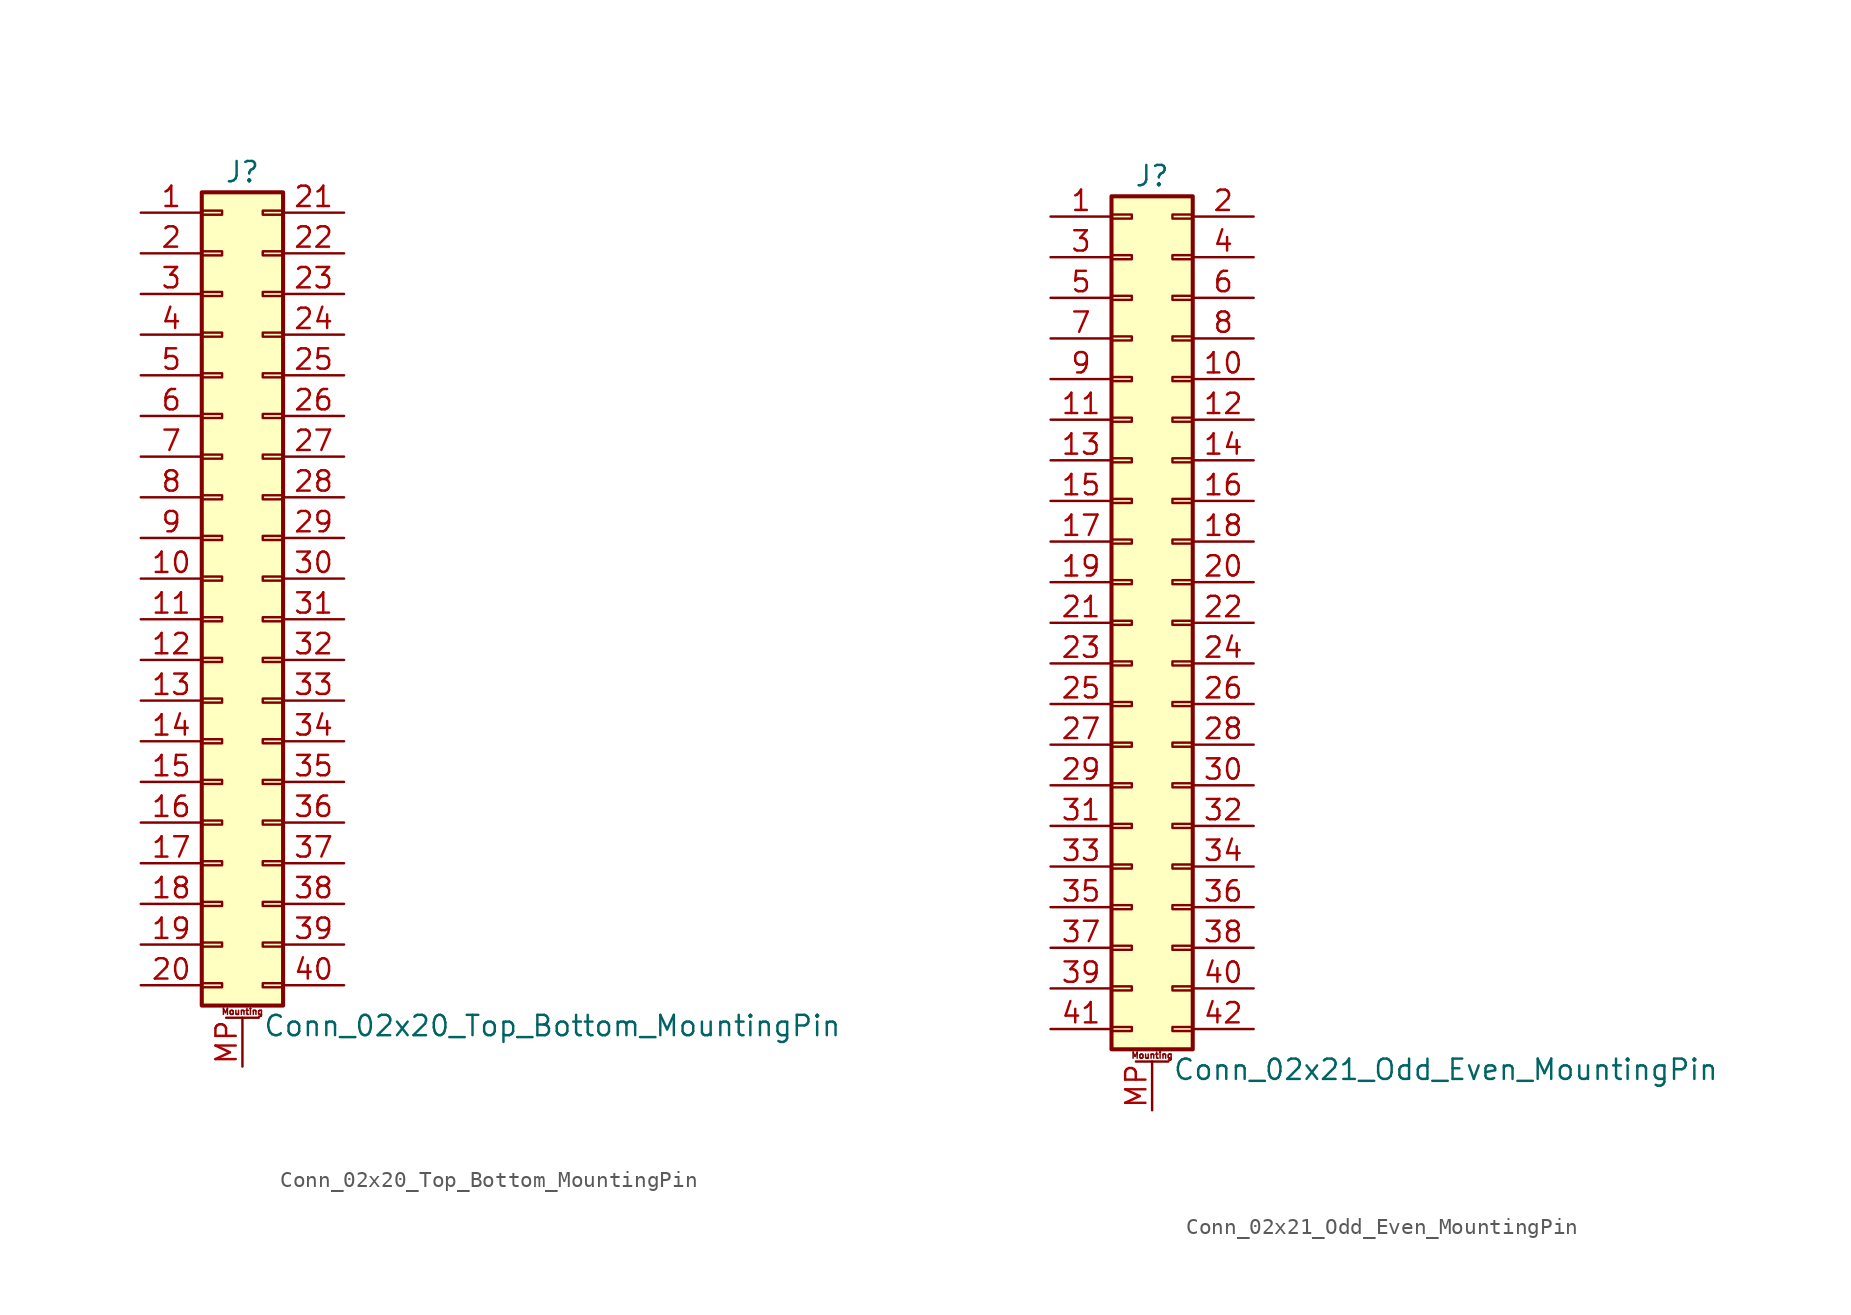
<source format=kicad_sym>
(kicad_symbol_lib
  (version 20201005)
  (generator kicad_symbol_editor)
  (symbol "Connector_Generic_MountingPin:Conn_02x20_Top_Bottom_MountingPin"
    (pin_names
      (offset 1.016) hide)
    (property "Reference" "J"
      (at 1.27 25.4 0)
      (effects (font (size 1.27 1.27))))
    (property "Value" "Conn_02x20_Top_Bottom_MountingPin"
      (at 2.54 -27.94 0)
      (effects (font (size 1.27 1.27)) (justify left)))
    (symbol "Conn_02x20_Top_Bottom_MountingPin_1_1"
      (text "Mounting" (at 1.27 -27.051 0) (effects (font (size 0.381 0.381))))
      (rectangle (start -1.27 -4.953) (end 0 -5.207) (stroke (width 0.152)) (fill (type none)))
      (rectangle (start -1.27 -7.493) (end 0 -7.747) (stroke (width 0.152)) (fill (type none)))
      (rectangle (start -1.27 -10.033) (end 0 -10.287) (stroke (width 0.152)) (fill (type none)))
      (rectangle (start -1.27 -12.573) (end 0 -12.827) (stroke (width 0.152)) (fill (type none)))
      (rectangle (start -1.27 -15.113) (end 0 -15.367) (stroke (width 0.152)) (fill (type none)))
      (rectangle (start -1.27 -17.653) (end 0 -17.907) (stroke (width 0.152)) (fill (type none)))
      (rectangle (start -1.27 -20.193) (end 0 -20.447) (stroke (width 0.152)) (fill (type none)))
      (rectangle (start -1.27 -22.733) (end 0 -22.987) (stroke (width 0.152)) (fill (type none)))
      (rectangle (start -1.27 -2.413) (end 0 -2.667) (stroke (width 0.152)) (fill (type none)))
      (rectangle (start -1.27 -25.273) (end 0 -25.527) (stroke (width 0.152)) (fill (type none)))
      (rectangle (start -1.27 2.667) (end 0 2.413) (stroke (width 0.152)) (fill (type none)))
      (rectangle (start -1.27 5.207) (end 0 4.953) (stroke (width 0.152)) (fill (type none)))
      (rectangle (start -1.27 7.747) (end 0 7.493) (stroke (width 0.152)) (fill (type none)))
      (rectangle (start -1.27 10.287) (end 0 10.033) (stroke (width 0.152)) (fill (type none)))
      (rectangle (start -1.27 0.127) (end 0 -0.127) (stroke (width 0.152)) (fill (type none)))
      (rectangle (start -1.27 12.827) (end 0 12.573) (stroke (width 0.152)) (fill (type none)))
      (rectangle (start -1.27 15.367) (end 0 15.113) (stroke (width 0.152)) (fill (type none)))
      (rectangle (start -1.27 17.907) (end 0 17.653) (stroke (width 0.152)) (fill (type none)))
      (rectangle (start -1.27 20.447) (end 0 20.193) (stroke (width 0.152)) (fill (type none)))
      (rectangle (start -1.27 22.987) (end 0 22.733) (stroke (width 0.152)) (fill (type none)))
      (rectangle (start -1.27 24.13) (end 3.81 -26.67) (stroke (width 0.254)) (fill (type background)))
      (rectangle (start 3.81 -4.953) (end 2.54 -5.207) (stroke (width 0.152)) (fill (type none)))
      (rectangle (start 3.81 -7.493) (end 2.54 -7.747) (stroke (width 0.152)) (fill (type none)))
      (rectangle (start 3.81 -10.033) (end 2.54 -10.287) (stroke (width 0.152)) (fill (type none)))
      (rectangle (start 3.81 -12.573) (end 2.54 -12.827) (stroke (width 0.152)) (fill (type none)))
      (rectangle (start 3.81 -15.113) (end 2.54 -15.367) (stroke (width 0.152)) (fill (type none)))
      (rectangle (start 3.81 -17.653) (end 2.54 -17.907) (stroke (width 0.152)) (fill (type none)))
      (rectangle (start 3.81 -20.193) (end 2.54 -20.447) (stroke (width 0.152)) (fill (type none)))
      (rectangle (start 3.81 -22.733) (end 2.54 -22.987) (stroke (width 0.152)) (fill (type none)))
      (rectangle (start 3.81 -2.413) (end 2.54 -2.667) (stroke (width 0.152)) (fill (type none)))
      (rectangle (start 3.81 -25.273) (end 2.54 -25.527) (stroke (width 0.152)) (fill (type none)))
      (rectangle (start 3.81 2.667) (end 2.54 2.413) (stroke (width 0.152)) (fill (type none)))
      (rectangle (start 3.81 5.207) (end 2.54 4.953) (stroke (width 0.152)) (fill (type none)))
      (rectangle (start 3.81 7.747) (end 2.54 7.493) (stroke (width 0.152)) (fill (type none)))
      (rectangle (start 3.81 10.287) (end 2.54 10.033) (stroke (width 0.152)) (fill (type none)))
      (rectangle (start 3.81 0.127) (end 2.54 -0.127) (stroke (width 0.152)) (fill (type none)))
      (rectangle (start 3.81 12.827) (end 2.54 12.573) (stroke (width 0.152)) (fill (type none)))
      (rectangle (start 3.81 15.367) (end 2.54 15.113) (stroke (width 0.152)) (fill (type none)))
      (rectangle (start 3.81 17.907) (end 2.54 17.653) (stroke (width 0.152)) (fill (type none)))
      (rectangle (start 3.81 20.447) (end 2.54 20.193) (stroke (width 0.152)) (fill (type none)))
      (rectangle (start 3.81 22.987) (end 2.54 22.733) (stroke (width 0.152)) (fill (type none)))
      (polyline (pts (xy 0.254 -27.432) (xy 2.286 -27.432)) (stroke (width 0.152)) (fill (type none)))
      (pin passive line (at 1.27 -30.48 90) (length 3.048) (name "MountPin" (effects (font (size 1.27 1.27)))) (number "MP" (effects (font (size 1.27 1.27)))))
      (pin passive line (at -5.08 22.86 0) (length 3.81) (name "Pin_1" (effects (font (size 1.27 1.27)))) (number "1" (effects (font (size 1.27 1.27)))))
      (pin passive line (at -5.08 0 0) (length 3.81) (name "Pin_10" (effects (font (size 1.27 1.27)))) (number "10" (effects (font (size 1.27 1.27)))))
      (pin passive line (at -5.08 -2.54 0) (length 3.81) (name "Pin_11" (effects (font (size 1.27 1.27)))) (number "11" (effects (font (size 1.27 1.27)))))
      (pin passive line (at -5.08 -5.08 0) (length 3.81) (name "Pin_12" (effects (font (size 1.27 1.27)))) (number "12" (effects (font (size 1.27 1.27)))))
      (pin passive line (at -5.08 -7.62 0) (length 3.81) (name "Pin_13" (effects (font (size 1.27 1.27)))) (number "13" (effects (font (size 1.27 1.27)))))
      (pin passive line (at -5.08 -10.16 0) (length 3.81) (name "Pin_14" (effects (font (size 1.27 1.27)))) (number "14" (effects (font (size 1.27 1.27)))))
      (pin passive line (at -5.08 -12.7 0) (length 3.81) (name "Pin_15" (effects (font (size 1.27 1.27)))) (number "15" (effects (font (size 1.27 1.27)))))
      (pin passive line (at -5.08 -15.24 0) (length 3.81) (name "Pin_16" (effects (font (size 1.27 1.27)))) (number "16" (effects (font (size 1.27 1.27)))))
      (pin passive line (at -5.08 -17.78 0) (length 3.81) (name "Pin_17" (effects (font (size 1.27 1.27)))) (number "17" (effects (font (size 1.27 1.27)))))
      (pin passive line (at -5.08 -20.32 0) (length 3.81) (name "Pin_18" (effects (font (size 1.27 1.27)))) (number "18" (effects (font (size 1.27 1.27)))))
      (pin passive line (at -5.08 -22.86 0) (length 3.81) (name "Pin_19" (effects (font (size 1.27 1.27)))) (number "19" (effects (font (size 1.27 1.27)))))
      (pin passive line (at -5.08 20.32 0) (length 3.81) (name "Pin_2" (effects (font (size 1.27 1.27)))) (number "2" (effects (font (size 1.27 1.27)))))
      (pin passive line (at -5.08 -25.4 0) (length 3.81) (name "Pin_20" (effects (font (size 1.27 1.27)))) (number "20" (effects (font (size 1.27 1.27)))))
      (pin passive line (at 7.62 22.86 180) (length 3.81) (name "Pin_21" (effects (font (size 1.27 1.27)))) (number "21" (effects (font (size 1.27 1.27)))))
      (pin passive line (at 7.62 20.32 180) (length 3.81) (name "Pin_22" (effects (font (size 1.27 1.27)))) (number "22" (effects (font (size 1.27 1.27)))))
      (pin passive line (at 7.62 17.78 180) (length 3.81) (name "Pin_23" (effects (font (size 1.27 1.27)))) (number "23" (effects (font (size 1.27 1.27)))))
      (pin passive line (at 7.62 15.24 180) (length 3.81) (name "Pin_24" (effects (font (size 1.27 1.27)))) (number "24" (effects (font (size 1.27 1.27)))))
      (pin passive line (at 7.62 12.7 180) (length 3.81) (name "Pin_25" (effects (font (size 1.27 1.27)))) (number "25" (effects (font (size 1.27 1.27)))))
      (pin passive line (at 7.62 10.16 180) (length 3.81) (name "Pin_26" (effects (font (size 1.27 1.27)))) (number "26" (effects (font (size 1.27 1.27)))))
      (pin passive line (at 7.62 7.62 180) (length 3.81) (name "Pin_27" (effects (font (size 1.27 1.27)))) (number "27" (effects (font (size 1.27 1.27)))))
      (pin passive line (at 7.62 5.08 180) (length 3.81) (name "Pin_28" (effects (font (size 1.27 1.27)))) (number "28" (effects (font (size 1.27 1.27)))))
      (pin passive line (at 7.62 2.54 180) (length 3.81) (name "Pin_29" (effects (font (size 1.27 1.27)))) (number "29" (effects (font (size 1.27 1.27)))))
      (pin passive line (at -5.08 17.78 0) (length 3.81) (name "Pin_3" (effects (font (size 1.27 1.27)))) (number "3" (effects (font (size 1.27 1.27)))))
      (pin passive line (at 7.62 0 180) (length 3.81) (name "Pin_30" (effects (font (size 1.27 1.27)))) (number "30" (effects (font (size 1.27 1.27)))))
      (pin passive line (at 7.62 -2.54 180) (length 3.81) (name "Pin_31" (effects (font (size 1.27 1.27)))) (number "31" (effects (font (size 1.27 1.27)))))
      (pin passive line (at 7.62 -5.08 180) (length 3.81) (name "Pin_32" (effects (font (size 1.27 1.27)))) (number "32" (effects (font (size 1.27 1.27)))))
      (pin passive line (at 7.62 -7.62 180) (length 3.81) (name "Pin_33" (effects (font (size 1.27 1.27)))) (number "33" (effects (font (size 1.27 1.27)))))
      (pin passive line (at 7.62 -10.16 180) (length 3.81) (name "Pin_34" (effects (font (size 1.27 1.27)))) (number "34" (effects (font (size 1.27 1.27)))))
      (pin passive line (at 7.62 -12.7 180) (length 3.81) (name "Pin_35" (effects (font (size 1.27 1.27)))) (number "35" (effects (font (size 1.27 1.27)))))
      (pin passive line (at 7.62 -15.24 180) (length 3.81) (name "Pin_36" (effects (font (size 1.27 1.27)))) (number "36" (effects (font (size 1.27 1.27)))))
      (pin passive line (at 7.62 -17.78 180) (length 3.81) (name "Pin_37" (effects (font (size 1.27 1.27)))) (number "37" (effects (font (size 1.27 1.27)))))
      (pin passive line (at 7.62 -20.32 180) (length 3.81) (name "Pin_38" (effects (font (size 1.27 1.27)))) (number "38" (effects (font (size 1.27 1.27)))))
      (pin passive line (at 7.62 -22.86 180) (length 3.81) (name "Pin_39" (effects (font (size 1.27 1.27)))) (number "39" (effects (font (size 1.27 1.27)))))
      (pin passive line (at -5.08 15.24 0) (length 3.81) (name "Pin_4" (effects (font (size 1.27 1.27)))) (number "4" (effects (font (size 1.27 1.27)))))
      (pin passive line (at 7.62 -25.4 180) (length 3.81) (name "Pin_40" (effects (font (size 1.27 1.27)))) (number "40" (effects (font (size 1.27 1.27)))))
      (pin passive line (at -5.08 12.7 0) (length 3.81) (name "Pin_5" (effects (font (size 1.27 1.27)))) (number "5" (effects (font (size 1.27 1.27)))))
      (pin passive line (at -5.08 10.16 0) (length 3.81) (name "Pin_6" (effects (font (size 1.27 1.27)))) (number "6" (effects (font (size 1.27 1.27)))))
      (pin passive line (at -5.08 7.62 0) (length 3.81) (name "Pin_7" (effects (font (size 1.27 1.27)))) (number "7" (effects (font (size 1.27 1.27)))))
      (pin passive line (at -5.08 5.08 0) (length 3.81) (name "Pin_8" (effects (font (size 1.27 1.27)))) (number "8" (effects (font (size 1.27 1.27)))))
      (pin passive line (at -5.08 2.54 0) (length 3.81) (name "Pin_9" (effects (font (size 1.27 1.27)))) (number "9" (effects (font (size 1.27 1.27)))))))
  (symbol "Connector_Generic_MountingPin:Conn_02x21_Odd_Even_MountingPin"
    (pin_names
      (offset 1.016) hide)
    (property "Reference" "J"
      (at 1.27 27.94 0)
      (effects (font (size 1.27 1.27))))
    (property "Value" "Conn_02x21_Odd_Even_MountingPin"
      (at 2.54 -27.94 0)
      (effects (font (size 1.27 1.27)) (justify left)))
    (symbol "Conn_02x21_Odd_Even_MountingPin_1_1"
      (text "Mounting" (at 1.27 -27.051 0) (effects (font (size 0.381 0.381))))
      (rectangle (start -1.27 -4.953) (end 0 -5.207) (stroke (width 0.152)) (fill (type none)))
      (rectangle (start -1.27 -7.493) (end 0 -7.747) (stroke (width 0.152)) (fill (type none)))
      (rectangle (start -1.27 -10.033) (end 0 -10.287) (stroke (width 0.152)) (fill (type none)))
      (rectangle (start -1.27 -12.573) (end 0 -12.827) (stroke (width 0.152)) (fill (type none)))
      (rectangle (start -1.27 -15.113) (end 0 -15.367) (stroke (width 0.152)) (fill (type none)))
      (rectangle (start -1.27 -17.653) (end 0 -17.907) (stroke (width 0.152)) (fill (type none)))
      (rectangle (start -1.27 -20.193) (end 0 -20.447) (stroke (width 0.152)) (fill (type none)))
      (rectangle (start -1.27 -22.733) (end 0 -22.987) (stroke (width 0.152)) (fill (type none)))
      (rectangle (start -1.27 -2.413) (end 0 -2.667) (stroke (width 0.152)) (fill (type none)))
      (rectangle (start -1.27 -25.273) (end 0 -25.527) (stroke (width 0.152)) (fill (type none)))
      (rectangle (start -1.27 25.527) (end 0 25.273) (stroke (width 0.152)) (fill (type none)))
      (rectangle (start -1.27 2.667) (end 0 2.413) (stroke (width 0.152)) (fill (type none)))
      (rectangle (start -1.27 26.67) (end 3.81 -26.67) (stroke (width 0.254)) (fill (type background)))
      (rectangle (start -1.27 5.207) (end 0 4.953) (stroke (width 0.152)) (fill (type none)))
      (rectangle (start -1.27 7.747) (end 0 7.493) (stroke (width 0.152)) (fill (type none)))
      (rectangle (start -1.27 10.287) (end 0 10.033) (stroke (width 0.152)) (fill (type none)))
      (rectangle (start -1.27 0.127) (end 0 -0.127) (stroke (width 0.152)) (fill (type none)))
      (rectangle (start -1.27 12.827) (end 0 12.573) (stroke (width 0.152)) (fill (type none)))
      (rectangle (start -1.27 15.367) (end 0 15.113) (stroke (width 0.152)) (fill (type none)))
      (rectangle (start -1.27 17.907) (end 0 17.653) (stroke (width 0.152)) (fill (type none)))
      (rectangle (start -1.27 20.447) (end 0 20.193) (stroke (width 0.152)) (fill (type none)))
      (rectangle (start -1.27 22.987) (end 0 22.733) (stroke (width 0.152)) (fill (type none)))
      (rectangle (start 3.81 -4.953) (end 2.54 -5.207) (stroke (width 0.152)) (fill (type none)))
      (rectangle (start 3.81 -7.493) (end 2.54 -7.747) (stroke (width 0.152)) (fill (type none)))
      (rectangle (start 3.81 -10.033) (end 2.54 -10.287) (stroke (width 0.152)) (fill (type none)))
      (rectangle (start 3.81 -12.573) (end 2.54 -12.827) (stroke (width 0.152)) (fill (type none)))
      (rectangle (start 3.81 -15.113) (end 2.54 -15.367) (stroke (width 0.152)) (fill (type none)))
      (rectangle (start 3.81 -17.653) (end 2.54 -17.907) (stroke (width 0.152)) (fill (type none)))
      (rectangle (start 3.81 -20.193) (end 2.54 -20.447) (stroke (width 0.152)) (fill (type none)))
      (rectangle (start 3.81 -22.733) (end 2.54 -22.987) (stroke (width 0.152)) (fill (type none)))
      (rectangle (start 3.81 -2.413) (end 2.54 -2.667) (stroke (width 0.152)) (fill (type none)))
      (rectangle (start 3.81 -25.273) (end 2.54 -25.527) (stroke (width 0.152)) (fill (type none)))
      (rectangle (start 3.81 25.527) (end 2.54 25.273) (stroke (width 0.152)) (fill (type none)))
      (rectangle (start 3.81 2.667) (end 2.54 2.413) (stroke (width 0.152)) (fill (type none)))
      (rectangle (start 3.81 5.207) (end 2.54 4.953) (stroke (width 0.152)) (fill (type none)))
      (rectangle (start 3.81 7.747) (end 2.54 7.493) (stroke (width 0.152)) (fill (type none)))
      (rectangle (start 3.81 10.287) (end 2.54 10.033) (stroke (width 0.152)) (fill (type none)))
      (rectangle (start 3.81 0.127) (end 2.54 -0.127) (stroke (width 0.152)) (fill (type none)))
      (rectangle (start 3.81 12.827) (end 2.54 12.573) (stroke (width 0.152)) (fill (type none)))
      (rectangle (start 3.81 15.367) (end 2.54 15.113) (stroke (width 0.152)) (fill (type none)))
      (rectangle (start 3.81 17.907) (end 2.54 17.653) (stroke (width 0.152)) (fill (type none)))
      (rectangle (start 3.81 20.447) (end 2.54 20.193) (stroke (width 0.152)) (fill (type none)))
      (rectangle (start 3.81 22.987) (end 2.54 22.733) (stroke (width 0.152)) (fill (type none)))
      (polyline (pts (xy 0.254 -27.432) (xy 2.286 -27.432)) (stroke (width 0.152)) (fill (type none)))
      (pin passive line (at 1.27 -30.48 90) (length 3.048) (name "MountPin" (effects (font (size 1.27 1.27)))) (number "MP" (effects (font (size 1.27 1.27)))))
      (pin passive line (at -5.08 25.4 0) (length 3.81) (name "Pin_1" (effects (font (size 1.27 1.27)))) (number "1" (effects (font (size 1.27 1.27)))))
      (pin passive line (at 7.62 15.24 180) (length 3.81) (name "Pin_10" (effects (font (size 1.27 1.27)))) (number "10" (effects (font (size 1.27 1.27)))))
      (pin passive line (at -5.08 12.7 0) (length 3.81) (name "Pin_11" (effects (font (size 1.27 1.27)))) (number "11" (effects (font (size 1.27 1.27)))))
      (pin passive line (at 7.62 12.7 180) (length 3.81) (name "Pin_12" (effects (font (size 1.27 1.27)))) (number "12" (effects (font (size 1.27 1.27)))))
      (pin passive line (at -5.08 10.16 0) (length 3.81) (name "Pin_13" (effects (font (size 1.27 1.27)))) (number "13" (effects (font (size 1.27 1.27)))))
      (pin passive line (at 7.62 10.16 180) (length 3.81) (name "Pin_14" (effects (font (size 1.27 1.27)))) (number "14" (effects (font (size 1.27 1.27)))))
      (pin passive line (at -5.08 7.62 0) (length 3.81) (name "Pin_15" (effects (font (size 1.27 1.27)))) (number "15" (effects (font (size 1.27 1.27)))))
      (pin passive line (at 7.62 7.62 180) (length 3.81) (name "Pin_16" (effects (font (size 1.27 1.27)))) (number "16" (effects (font (size 1.27 1.27)))))
      (pin passive line (at -5.08 5.08 0) (length 3.81) (name "Pin_17" (effects (font (size 1.27 1.27)))) (number "17" (effects (font (size 1.27 1.27)))))
      (pin passive line (at 7.62 5.08 180) (length 3.81) (name "Pin_18" (effects (font (size 1.27 1.27)))) (number "18" (effects (font (size 1.27 1.27)))))
      (pin passive line (at -5.08 2.54 0) (length 3.81) (name "Pin_19" (effects (font (size 1.27 1.27)))) (number "19" (effects (font (size 1.27 1.27)))))
      (pin passive line (at 7.62 25.4 180) (length 3.81) (name "Pin_2" (effects (font (size 1.27 1.27)))) (number "2" (effects (font (size 1.27 1.27)))))
      (pin passive line (at 7.62 2.54 180) (length 3.81) (name "Pin_20" (effects (font (size 1.27 1.27)))) (number "20" (effects (font (size 1.27 1.27)))))
      (pin passive line (at -5.08 0 0) (length 3.81) (name "Pin_21" (effects (font (size 1.27 1.27)))) (number "21" (effects (font (size 1.27 1.27)))))
      (pin passive line (at 7.62 0 180) (length 3.81) (name "Pin_22" (effects (font (size 1.27 1.27)))) (number "22" (effects (font (size 1.27 1.27)))))
      (pin passive line (at -5.08 -2.54 0) (length 3.81) (name "Pin_23" (effects (font (size 1.27 1.27)))) (number "23" (effects (font (size 1.27 1.27)))))
      (pin passive line (at 7.62 -2.54 180) (length 3.81) (name "Pin_24" (effects (font (size 1.27 1.27)))) (number "24" (effects (font (size 1.27 1.27)))))
      (pin passive line (at -5.08 -5.08 0) (length 3.81) (name "Pin_25" (effects (font (size 1.27 1.27)))) (number "25" (effects (font (size 1.27 1.27)))))
      (pin passive line (at 7.62 -5.08 180) (length 3.81) (name "Pin_26" (effects (font (size 1.27 1.27)))) (number "26" (effects (font (size 1.27 1.27)))))
      (pin passive line (at -5.08 -7.62 0) (length 3.81) (name "Pin_27" (effects (font (size 1.27 1.27)))) (number "27" (effects (font (size 1.27 1.27)))))
      (pin passive line (at 7.62 -7.62 180) (length 3.81) (name "Pin_28" (effects (font (size 1.27 1.27)))) (number "28" (effects (font (size 1.27 1.27)))))
      (pin passive line (at -5.08 -10.16 0) (length 3.81) (name "Pin_29" (effects (font (size 1.27 1.27)))) (number "29" (effects (font (size 1.27 1.27)))))
      (pin passive line (at -5.08 22.86 0) (length 3.81) (name "Pin_3" (effects (font (size 1.27 1.27)))) (number "3" (effects (font (size 1.27 1.27)))))
      (pin passive line (at 7.62 -10.16 180) (length 3.81) (name "Pin_30" (effects (font (size 1.27 1.27)))) (number "30" (effects (font (size 1.27 1.27)))))
      (pin passive line (at -5.08 -12.7 0) (length 3.81) (name "Pin_31" (effects (font (size 1.27 1.27)))) (number "31" (effects (font (size 1.27 1.27)))))
      (pin passive line (at 7.62 -12.7 180) (length 3.81) (name "Pin_32" (effects (font (size 1.27 1.27)))) (number "32" (effects (font (size 1.27 1.27)))))
      (pin passive line (at -5.08 -15.24 0) (length 3.81) (name "Pin_33" (effects (font (size 1.27 1.27)))) (number "33" (effects (font (size 1.27 1.27)))))
      (pin passive line (at 7.62 -15.24 180) (length 3.81) (name "Pin_34" (effects (font (size 1.27 1.27)))) (number "34" (effects (font (size 1.27 1.27)))))
      (pin passive line (at -5.08 -17.78 0) (length 3.81) (name "Pin_35" (effects (font (size 1.27 1.27)))) (number "35" (effects (font (size 1.27 1.27)))))
      (pin passive line (at 7.62 -17.78 180) (length 3.81) (name "Pin_36" (effects (font (size 1.27 1.27)))) (number "36" (effects (font (size 1.27 1.27)))))
      (pin passive line (at -5.08 -20.32 0) (length 3.81) (name "Pin_37" (effects (font (size 1.27 1.27)))) (number "37" (effects (font (size 1.27 1.27)))))
      (pin passive line (at 7.62 -20.32 180) (length 3.81) (name "Pin_38" (effects (font (size 1.27 1.27)))) (number "38" (effects (font (size 1.27 1.27)))))
      (pin passive line (at -5.08 -22.86 0) (length 3.81) (name "Pin_39" (effects (font (size 1.27 1.27)))) (number "39" (effects (font (size 1.27 1.27)))))
      (pin passive line (at 7.62 22.86 180) (length 3.81) (name "Pin_4" (effects (font (size 1.27 1.27)))) (number "4" (effects (font (size 1.27 1.27)))))
      (pin passive line (at 7.62 -22.86 180) (length 3.81) (name "Pin_40" (effects (font (size 1.27 1.27)))) (number "40" (effects (font (size 1.27 1.27)))))
      (pin passive line (at -5.08 -25.4 0) (length 3.81) (name "Pin_41" (effects (font (size 1.27 1.27)))) (number "41" (effects (font (size 1.27 1.27)))))
      (pin passive line (at 7.62 -25.4 180) (length 3.81) (name "Pin_42" (effects (font (size 1.27 1.27)))) (number "42" (effects (font (size 1.27 1.27)))))
      (pin passive line (at -5.08 20.32 0) (length 3.81) (name "Pin_5" (effects (font (size 1.27 1.27)))) (number "5" (effects (font (size 1.27 1.27)))))
      (pin passive line (at 7.62 20.32 180) (length 3.81) (name "Pin_6" (effects (font (size 1.27 1.27)))) (number "6" (effects (font (size 1.27 1.27)))))
      (pin passive line (at -5.08 17.78 0) (length 3.81) (name "Pin_7" (effects (font (size 1.27 1.27)))) (number "7" (effects (font (size 1.27 1.27)))))
      (pin passive line (at 7.62 17.78 180) (length 3.81) (name "Pin_8" (effects (font (size 1.27 1.27)))) (number "8" (effects (font (size 1.27 1.27)))))
      (pin passive line (at -5.08 15.24 0) (length 3.81) (name "Pin_9" (effects (font (size 1.27 1.27)))) (number "9" (effects (font (size 1.27 1.27))))))))
</source>
